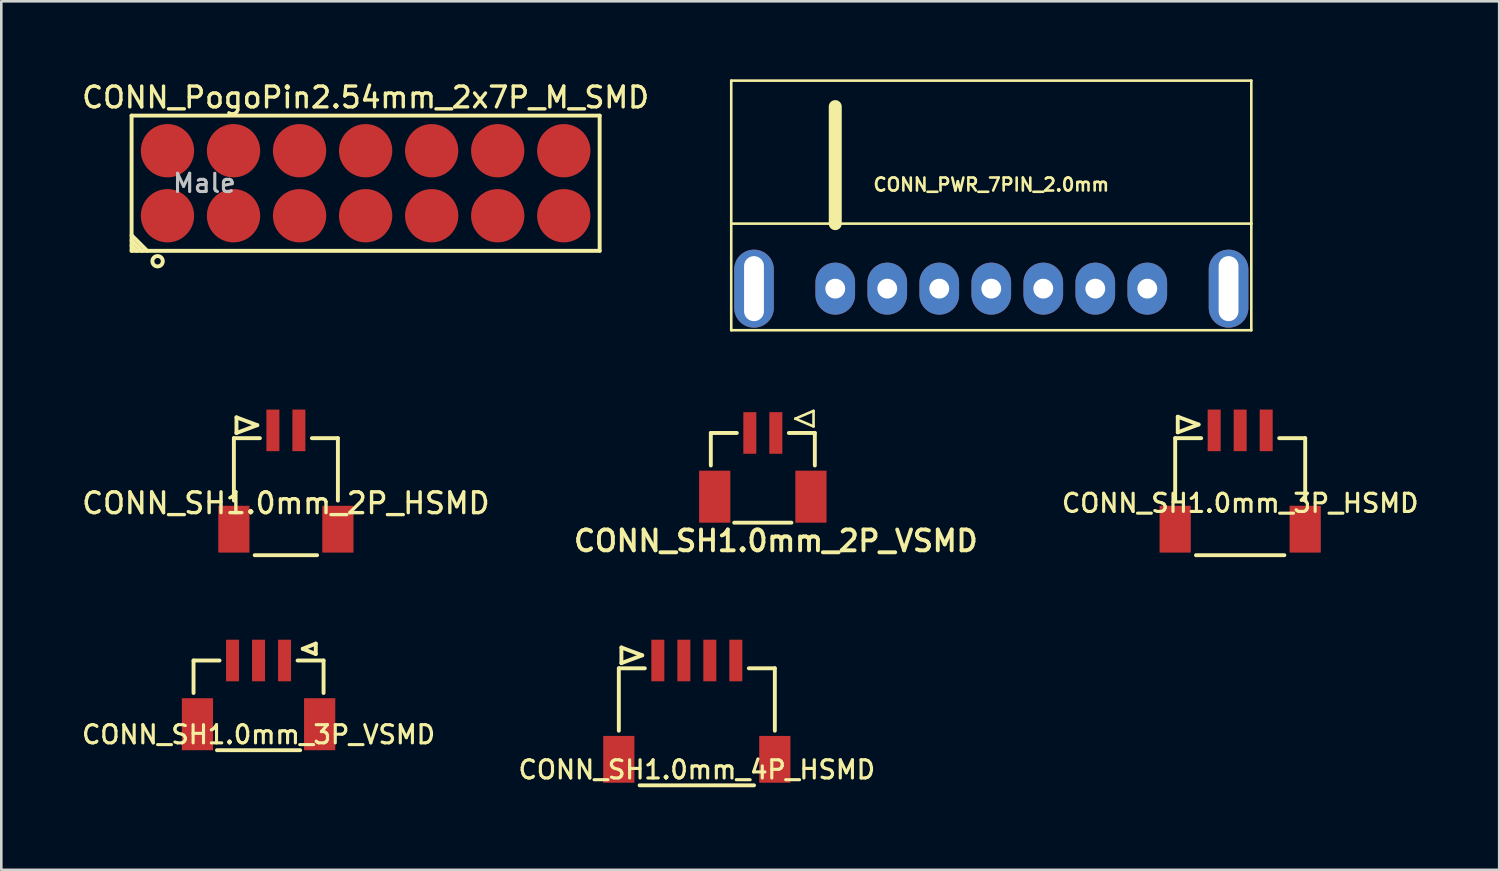
<source format=kicad_pcb>
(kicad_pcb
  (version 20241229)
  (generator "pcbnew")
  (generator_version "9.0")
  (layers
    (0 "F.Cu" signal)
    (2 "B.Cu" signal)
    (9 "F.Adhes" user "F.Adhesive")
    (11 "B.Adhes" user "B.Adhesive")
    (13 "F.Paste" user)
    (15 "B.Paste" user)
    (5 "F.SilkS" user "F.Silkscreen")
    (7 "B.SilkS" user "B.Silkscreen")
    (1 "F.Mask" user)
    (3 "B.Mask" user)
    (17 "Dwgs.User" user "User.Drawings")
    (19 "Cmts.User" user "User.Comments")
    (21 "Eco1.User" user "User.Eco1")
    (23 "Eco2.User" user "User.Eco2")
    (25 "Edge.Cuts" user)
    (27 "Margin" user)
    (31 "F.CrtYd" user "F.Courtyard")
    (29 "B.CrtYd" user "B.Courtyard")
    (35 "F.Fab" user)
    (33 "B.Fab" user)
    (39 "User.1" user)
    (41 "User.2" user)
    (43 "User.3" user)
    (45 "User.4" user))
  (footprint "CONN_SH1.0mm_2P_VSMD"
    (layer "F.Cu")
    (at 24.285 17.05)
    (property "Reference" "CONN_SH1.0mm_2P_VSMD" (at 2.5 0.7 0) (layer "F.SilkS") (effects (font (size 0.8 0.8) (thickness 0.15))))
    (attr through_hole)
    (fp_line (start 0 -3.45) (end 1 -3.45) (stroke (width 0.15) (type solid)) (layer "F.SilkS"))
    (fp_line (start 0 -2.2) (end 0 -3.45) (stroke (width 0.15) (type solid)) (layer "F.SilkS"))
    (fp_line (start 0.9 0) (end 3.1 0) (stroke (width 0.15) (type solid)) (layer "F.SilkS"))
    (fp_line (start 3.25 -4) (end 3.95 -4.3) (stroke (width 0.1) (type solid)) (layer "F.SilkS"))
    (fp_line (start 3.95 -4.3) (end 3.95 -3.7) (stroke (width 0.1) (type solid)) (layer "F.SilkS"))
    (fp_line (start 3.95 -3.7) (end 3.25 -4) (stroke (width 0.1) (type solid)) (layer "F.SilkS"))
    (fp_line (start 4 -3.45) (end 3 -3.45) (stroke (width 0.15) (type solid)) (layer "F.SilkS"))
    (fp_line (start 4 -2.2) (end 4 -3.45) (stroke (width 0.15) (type solid)) (layer "F.SilkS"))
    (pad "1" smd rect (at 2.5 -3.45) (size 0.5 1.6) (layers "F.Cu" "F.Mask" "F.Paste"))
    (pad "2" smd rect (at 1.5 -3.45) (size 0.5 1.6) (layers "F.Cu" "F.Mask" "F.Paste"))
    (pad "SH" smd rect (at 0.15 -1) (size 1.2 2) (layers "F.Cu" "F.Mask" "F.Paste"))
    (pad "SH" smd rect (at 3.85 -1) (size 1.2 2) (layers "F.Cu" "F.Mask" "F.Paste")))
  (footprint "CONN_PWR_7PIN_2.0mm"
    (layer "F.Cu")
    (at 35.07 8.05)
    (property "Reference" "CONN_PWR_7PIN_2.0mm" (at 0 -4 0) (layer "F.SilkS") (effects (font (size 0.5 0.5) (thickness 0.1))))
    (attr through_hole)
    (fp_line (start -10 -8) (end -10 -2.5) (stroke (width 0.1) (type solid)) (layer "F.SilkS"))
    (fp_line (start -10 -2.5) (end -10 1.6) (stroke (width 0.1) (type solid)) (layer "F.SilkS"))
    (fp_line (start -10 1.6) (end 10 1.6) (stroke (width 0.1) (type solid)) (layer "F.SilkS"))
    (fp_line (start -6 -2.5) (end -6 -7) (stroke (width 0.5) (type solid)) (layer "F.SilkS"))
    (fp_line (start 10 -8) (end -10 -8) (stroke (width 0.1) (type solid)) (layer "F.SilkS"))
    (fp_line (start 10 -2.5) (end -10 -2.5) (stroke (width 0.1) (type solid)) (layer "F.SilkS"))
    (fp_line (start 10 -2.5) (end 10 -8) (stroke (width 0.1) (type solid)) (layer "F.SilkS"))
    (fp_line (start 10 1.6) (end 10 -2.5) (stroke (width 0.1) (type solid)) (layer "F.SilkS"))
    (pad "0" thru_hole oval (at -9.125 0) (size 1.524 3) (drill oval 0.762 2.5) (layers "*.Cu" "*.Mask"))
    (pad "0" thru_hole oval (at 9.125 0) (size 1.524 3) (drill oval 0.762 2.5) (layers "*.Cu" "*.Mask"))
    (pad "1" thru_hole oval (at -6 0) (size 1.524 2) (drill 0.762) (layers "*.Cu" "*.Mask"))
    (pad "2" thru_hole oval (at -4 0) (size 1.524 2) (drill 0.762) (layers "*.Cu" "*.Mask"))
    (pad "3" thru_hole oval (at -2 0) (size 1.524 2) (drill 0.762) (layers "*.Cu" "*.Mask"))
    (pad "4" thru_hole oval (at 0 0) (size 1.524 2) (drill 0.762) (layers "*.Cu" "*.Mask"))
    (pad "5" thru_hole oval (at 2 0) (size 1.524 2) (drill 0.762) (layers "*.Cu" "*.Mask"))
    (pad "6" thru_hole oval (at 4 0) (size 1.524 2) (drill 0.762) (layers "*.Cu" "*.Mask"))
    (pad "7" thru_hole oval (at 6 0) (size 1.524 2) (drill 0.762) (layers "*.Cu" "*.Mask")))
  (footprint "CONN_SH1.0mm_3P_HSMD"
    (layer "F.Cu")
    (at 44.642 18.3)
    (property "Reference" "CONN_SH1.0mm_3P_HSMD" (at 0 -2 0) (layer "F.SilkS") (effects (font (size 0.7 0.7) (thickness 0.12))))
    (attr through_hole)
    (fp_line (start -2.5 -4.5) (end -2.5 -2.1) (stroke (width 0.15) (type solid)) (layer "F.SilkS"))
    (fp_line (start -2.4 -5.325) (end -2.4 -4.725) (stroke (width 0.15) (type solid)) (layer "F.SilkS"))
    (fp_line (start -2.4 -4.725) (end -1.6 -5.025) (stroke (width 0.15) (type solid)) (layer "F.SilkS"))
    (fp_line (start -1.7 0) (end 1.7 0) (stroke (width 0.15) (type solid)) (layer "F.SilkS"))
    (fp_line (start -1.6 -5.025) (end -2.4 -5.325) (stroke (width 0.15) (type solid)) (layer "F.SilkS"))
    (fp_line (start -1.5 -4.5) (end -2.5 -4.5) (stroke (width 0.15) (type solid)) (layer "F.SilkS"))
    (fp_line (start 1.5 -4.5) (end 2.5 -4.5) (stroke (width 0.15) (type solid)) (layer "F.SilkS"))
    (fp_line (start 2.5 -4.5) (end 2.5 -2.1) (stroke (width 0.15) (type solid)) (layer "F.SilkS"))
    (pad "1" smd rect (at -1 -4.8) (size 0.5 1.6) (layers "F.Cu" "F.Mask" "F.Paste"))
    (pad "2" smd rect (at 0 -4.8) (size 0.5 1.6) (layers "F.Cu" "F.Mask" "F.Paste"))
    (pad "3" smd rect (at 1 -4.8) (size 0.5 1.6) (layers "F.Cu" "F.Mask" "F.Paste"))
    (pad "SH" smd rect (at -2.5 -1) (size 1.2 1.8) (layers "F.Cu" "F.Mask" "F.Paste"))
    (pad "SH" smd rect (at 2.5 -1) (size 1.2 1.8) (layers "F.Cu" "F.Mask" "F.Paste")))
  (footprint "CONN_SH1.0mm_3P_VSMD"
    (layer "F.Cu")
    (at 6.893 25.8)
    (property "Reference" "CONN_SH1.0mm_3P_VSMD" (at 0 -0.6 0) (layer "F.SilkS") (effects (font (size 0.7 0.7) (thickness 0.12))))
    (attr through_hole)
    (fp_line (start -2.5 -3.45) (end -1.5 -3.45) (stroke (width 0.15) (type solid)) (layer "F.SilkS"))
    (fp_line (start -2.5 -2.2) (end -2.5 -3.45) (stroke (width 0.15) (type solid)) (layer "F.SilkS"))
    (fp_line (start -1.6 0) (end 1.6 0) (stroke (width 0.15) (type solid)) (layer "F.SilkS"))
    (fp_line (start 1.7 -3.9) (end 2.2 -4.1) (stroke (width 0.15) (type solid)) (layer "F.SilkS"))
    (fp_line (start 2.2 -4.1) (end 2.2 -3.7) (stroke (width 0.15) (type solid)) (layer "F.SilkS"))
    (fp_line (start 2.2 -3.7) (end 1.7 -3.9) (stroke (width 0.15) (type solid)) (layer "F.SilkS"))
    (fp_line (start 2.5 -3.45) (end 1.5 -3.45) (stroke (width 0.15) (type solid)) (layer "F.SilkS"))
    (fp_line (start 2.5 -2.2) (end 2.5 -3.45) (stroke (width 0.15) (type solid)) (layer "F.SilkS"))
    (pad "1" smd rect (at 1 -3.45) (size 0.5 1.6) (layers "F.Cu" "F.Mask" "F.Paste"))
    (pad "2" smd rect (at 0 -3.45) (size 0.5 1.6) (layers "F.Cu" "F.Mask" "F.Paste"))
    (pad "3" smd rect (at -1 -3.45) (size 0.5 1.6) (layers "F.Cu" "F.Mask" "F.Paste"))
    (pad "SH" smd rect (at -2.35 -1) (size 1.2 2) (layers "F.Cu" "F.Mask" "F.Paste"))
    (pad "SH" smd rect (at 2.35 -1) (size 1.2 2) (layers "F.Cu" "F.Mask" "F.Paste")))
  (footprint "CONN_SH1.0mm_4P_HSMD"
    (layer "F.Cu")
    (at 23.747 27.15)
    (property "Reference" "CONN_SH1.0mm_4P_HSMD" (at 0 -0.6 0) (layer "F.SilkS") (effects (font (size 0.7 0.7) (thickness 0.12))))
    (attr through_hole)
    (fp_line (start -3 -4.5) (end -3 -2.1) (stroke (width 0.15) (type solid)) (layer "F.SilkS"))
    (fp_line (start -2.9 -5.3) (end -2.9 -4.7) (stroke (width 0.15) (type solid)) (layer "F.SilkS"))
    (fp_line (start -2.9 -4.7) (end -2.1 -5) (stroke (width 0.15) (type solid)) (layer "F.SilkS"))
    (fp_line (start -2.2 0) (end 2.2 0) (stroke (width 0.15) (type solid)) (layer "F.SilkS"))
    (fp_line (start -2.1 -5) (end -2.9 -5.3) (stroke (width 0.15) (type solid)) (layer "F.SilkS"))
    (fp_line (start -2 -4.5) (end -3 -4.5) (stroke (width 0.15) (type solid)) (layer "F.SilkS"))
    (fp_line (start 2 -4.5) (end 3 -4.5) (stroke (width 0.15) (type solid)) (layer "F.SilkS"))
    (fp_line (start 3 -4.5) (end 3 -2.1) (stroke (width 0.15) (type solid)) (layer "F.SilkS"))
    (pad "1" smd rect (at -1.5 -4.8) (size 0.5 1.6) (layers "F.Cu" "F.Mask" "F.Paste"))
    (pad "2" smd rect (at -0.5 -4.8) (size 0.5 1.6) (layers "F.Cu" "F.Mask" "F.Paste"))
    (pad "3" smd rect (at 0.5 -4.8) (size 0.5 1.6) (layers "F.Cu" "F.Mask" "F.Paste"))
    (pad "4" smd rect (at 1.5 -4.8) (size 0.5 1.6) (layers "F.Cu" "F.Mask" "F.Paste"))
    (pad "SH" smd rect (at -3 -1) (size 1.2 1.8) (layers "F.Cu" "F.Mask" "F.Paste"))
    (pad "SH" smd rect (at 3 -1) (size 1.2 1.8) (layers "F.Cu" "F.Mask" "F.Paste")))
  (footprint "CONN_SH1.0mm_2P_HSMD"
    (layer "F.Cu")
    (at 7.944 18.3)
    (property "Reference" "CONN_SH1.0mm_2P_HSMD" (at 0 -2 0) (layer "F.SilkS") (effects (font (size 0.8 0.8) (thickness 0.13))))
    (attr through_hole)
    (fp_line (start -2 -4.5) (end -2 -2.1) (stroke (width 0.15) (type solid)) (layer "F.SilkS"))
    (fp_line (start -1.9 -5.3) (end -1.9 -4.7) (stroke (width 0.15) (type solid)) (layer "F.SilkS"))
    (fp_line (start -1.9 -4.7) (end -1.1 -5) (stroke (width 0.15) (type solid)) (layer "F.SilkS"))
    (fp_line (start -1.2 0) (end 1.2 0) (stroke (width 0.15) (type solid)) (layer "F.SilkS"))
    (fp_line (start -1.1 -5) (end -1.9 -5.3) (stroke (width 0.15) (type solid)) (layer "F.SilkS"))
    (fp_line (start -1 -4.5) (end -2 -4.5) (stroke (width 0.15) (type solid)) (layer "F.SilkS"))
    (fp_line (start 1 -4.5) (end 2 -4.5) (stroke (width 0.15) (type solid)) (layer "F.SilkS"))
    (fp_line (start 2 -4.5) (end 2 -2.1) (stroke (width 0.15) (type solid)) (layer "F.SilkS"))
    (pad "1" smd rect (at -0.5 -4.8) (size 0.5 1.6) (layers "F.Cu" "F.Mask" "F.Paste"))
    (pad "2" smd rect (at 0.5 -4.8) (size 0.5 1.6) (layers "F.Cu" "F.Mask" "F.Paste"))
    (pad "SH" smd rect (at -2 -1) (size 1.2 1.8) (layers "F.Cu" "F.Mask" "F.Paste"))
    (pad "SH" smd rect (at 2 -1) (size 1.2 1.8) (layers "F.Cu" "F.Mask" "F.Paste")))
  (footprint "CONN_PogoPin2.54mm_2x7P_M_SMD"
    (layer "F.Cu")
    (at 11.01 3.996)
    (property "Reference" "CONN_PogoPin2.54mm_2x7P_M_SMD" (at 0 -3.3 0) (layer "F.SilkS") (effects (font (size 0.8 0.8) (thickness 0.13))))
    (attr through_hole)
    (fp_line (start -9 -2.6) (end -9 2.6) (stroke (width 0.15) (type solid)) (layer "F.SilkS"))
    (fp_line (start -9 2) (end -8.4 2.6) (stroke (width 0.15) (type solid)) (layer "F.SilkS"))
    (fp_line (start -9 2.2) (end -8.6 2.6) (stroke (width 0.15) (type solid)) (layer "F.SilkS"))
    (fp_line (start -9 2.6) (end 9 2.6) (stroke (width 0.15) (type solid)) (layer "F.SilkS"))
    (fp_line (start -8.8 2.6) (end -9 2.4) (stroke (width 0.15) (type solid)) (layer "F.SilkS"))
    (fp_line (start 9 -2.6) (end -9 -2.6) (stroke (width 0.15) (type solid)) (layer "F.SilkS"))
    (fp_line (start 9 2.6) (end 9 -2.6) (stroke (width 0.15) (type solid)) (layer "F.SilkS"))
    (fp_circle (center -8 3) (end -8 3.2) (stroke (width 0.15) (type solid)) (fill no) (layer "F.SilkS"))
    (fp_text user "Male" (at -6.2 0 180) (layer "Dwgs.User") (effects (font (size 0.7 0.7) (thickness 0.12))))
    (pad "1" smd circle (at -7.62 1.25) (size 2.05 2.05) (layers "F.Cu" "F.Mask" "F.Paste"))
    (pad "2" smd circle (at -7.62 -1.25) (size 2.05 2.05) (layers "F.Cu" "F.Mask" "F.Paste"))
    (pad "3" smd circle (at -5.08 1.25) (size 2.05 2.05) (layers "F.Cu" "F.Mask" "F.Paste"))
    (pad "4" smd circle (at -5.08 -1.25) (size 2.05 2.05) (layers "F.Cu" "F.Mask" "F.Paste"))
    (pad "5" smd circle (at -2.54 1.25) (size 2.05 2.05) (layers "F.Cu" "F.Mask" "F.Paste"))
    (pad "6" smd circle (at -2.54 -1.25) (size 2.05 2.05) (layers "F.Cu" "F.Mask" "F.Paste"))
    (pad "7" smd circle (at 0 1.25) (size 2.05 2.05) (layers "F.Cu" "F.Mask" "F.Paste"))
    (pad "8" smd circle (at 0 -1.25) (size 2.05 2.05) (layers "F.Cu" "F.Mask" "F.Paste"))
    (pad "9" smd circle (at 2.54 1.25) (size 2.05 2.05) (layers "F.Cu" "F.Mask" "F.Paste"))
    (pad "10" smd circle (at 2.54 -1.25) (size 2.05 2.05) (layers "F.Cu" "F.Mask" "F.Paste"))
    (pad "11" smd circle (at 5.08 1.25) (size 2.05 2.05) (layers "F.Cu" "F.Mask" "F.Paste"))
    (pad "12" smd circle (at 5.08 -1.25) (size 2.05 2.05) (layers "F.Cu" "F.Mask" "F.Paste"))
    (pad "13" smd circle (at 7.62 1.25) (size 2.05 2.05) (layers "F.Cu" "F.Mask" "F.Paste"))
    (pad "14" smd circle (at 7.62 -1.25) (size 2.05 2.05) (layers "F.Cu" "F.Mask" "F.Paste")))
  (gr_rect
    (start -3 -3)
    (end 54.602 30.4)
    (stroke (width 0.1) (type default))
    (fill no)
    (layer "Edge.Cuts")))
</source>
